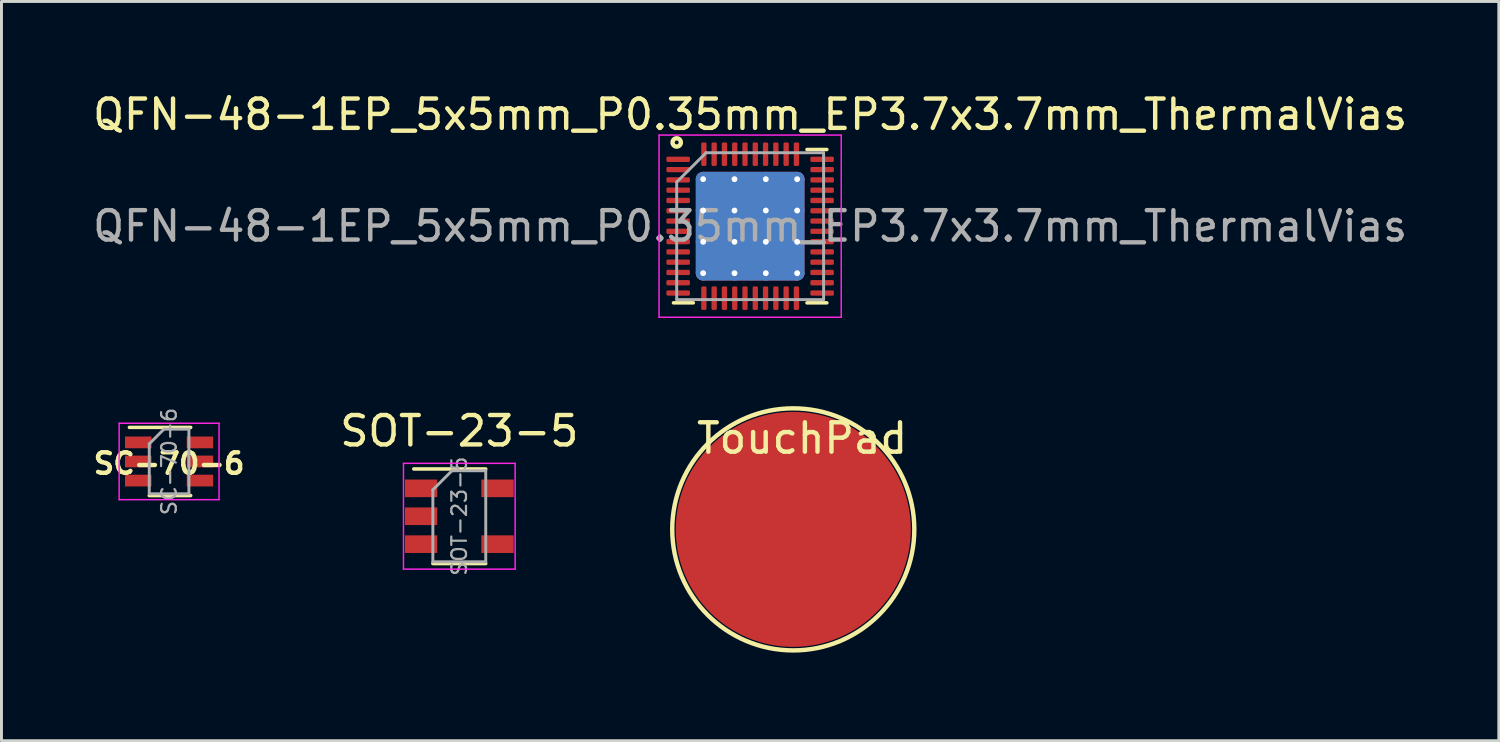
<source format=kicad_pcb>
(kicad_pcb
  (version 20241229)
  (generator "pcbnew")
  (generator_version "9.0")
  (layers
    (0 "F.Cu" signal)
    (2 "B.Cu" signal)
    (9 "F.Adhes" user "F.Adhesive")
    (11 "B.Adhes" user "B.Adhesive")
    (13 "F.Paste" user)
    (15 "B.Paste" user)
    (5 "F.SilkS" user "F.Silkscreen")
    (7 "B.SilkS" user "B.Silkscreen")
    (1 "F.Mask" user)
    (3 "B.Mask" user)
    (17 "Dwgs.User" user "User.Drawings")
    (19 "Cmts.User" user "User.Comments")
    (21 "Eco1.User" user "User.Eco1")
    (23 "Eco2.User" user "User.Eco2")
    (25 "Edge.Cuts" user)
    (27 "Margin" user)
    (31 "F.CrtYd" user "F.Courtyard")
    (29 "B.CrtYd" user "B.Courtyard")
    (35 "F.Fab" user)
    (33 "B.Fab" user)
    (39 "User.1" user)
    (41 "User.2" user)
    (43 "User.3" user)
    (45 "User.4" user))
  (footprint "SC-70-6"
    (layer "F.Cu")
    (at 2.705 12.657)
    (property "Reference" "SC-70-6" (at 0 0.07 0) (layer "F.SilkS") (effects (font (size 0.7 0.7) (thickness 0.15))))
    (attr smd)
    (fp_line (start -0.675 1.16) (end 0.735 1.16) (stroke (width 0.12) (type solid)) (layer "F.SilkS"))
    (fp_line (start 0.735 -1.16) (end -1.35 -1.16) (stroke (width 0.12) (type solid)) (layer "F.SilkS"))
    (fp_line (start -1.7 -1.3) (end 1.7 -1.3) (stroke (width 0.05) (type solid)) (layer "F.CrtYd"))
    (fp_line (start -1.7 1.3) (end -1.7 -1.3) (stroke (width 0.05) (type solid)) (layer "F.CrtYd"))
    (fp_line (start 1.7 -1.3) (end 1.7 1.3) (stroke (width 0.05) (type solid)) (layer "F.CrtYd"))
    (fp_line (start 1.7 1.3) (end -1.7 1.3) (stroke (width 0.05) (type solid)) (layer "F.CrtYd"))
    (fp_line (start -0.675 -0.6) (end -0.675 1.1) (stroke (width 0.1) (type solid)) (layer "F.Fab"))
    (fp_line (start -0.175 -1.1) (end -0.675 -0.6) (stroke (width 0.1) (type solid)) (layer "F.Fab"))
    (fp_line (start 0.675 -1.1) (end -0.175 -1.1) (stroke (width 0.1) (type solid)) (layer "F.Fab"))
    (fp_line (start 0.675 -1.1) (end 0.675 1.1) (stroke (width 0.1) (type solid)) (layer "F.Fab"))
    (fp_line (start 0.675 1.1) (end -0.675 1.1) (stroke (width 0.1) (type solid)) (layer "F.Fab"))
    (fp_text user "${REFERENCE}" (at 0 0 90) (layer "F.Fab") (effects (font (size 0.5 0.5) (thickness 0.075))))
    (pad "1" smd rect (at -1.05 -0.65 270) (size 0.4 0.9) (layers "F.Cu" "F.Mask" "F.Paste"))
    (pad "2" smd rect (at -1.05 0 270) (size 0.4 0.9) (layers "F.Cu" "F.Mask" "F.Paste"))
    (pad "3" smd rect (at -1.05 0.65 270) (size 0.4 0.9) (layers "F.Cu" "F.Mask" "F.Paste"))
    (pad "4" smd rect (at 1.05 0.65 270) (size 0.4 0.9) (layers "F.Cu" "F.Mask" "F.Paste"))
    (pad "5" smd rect (at 1.05 0 270) (size 0.4 0.9) (layers "F.Cu" "F.Mask" "F.Paste"))
    (pad "6" smd rect (at 1.05 -0.65 270) (size 0.4 0.9) (layers "F.Cu" "F.Mask" "F.Paste")))
  (footprint "TouchPad"
    (layer "F.Cu")
    (at 23.95 14.968)
    (property "Reference" "TouchPad" (at 0.3 -3.1 0) (layer "F.SilkS") (effects (font (size 1 1) (thickness 0.15))))
    (attr through_hole)
    (fp_circle (center 0 0) (end -0.4 -4.1) (stroke (width 0.15) (type solid)) (fill no) (layer "F.SilkS"))
    (pad "1" smd oval (at 0 0) (size 8 8) (layers "F.Cu")))
  (footprint "SOT-23-5"
    (layer "F.Cu")
    (at 12.583 14.521)
    (property "Reference" "SOT-23-5" (at 0 -2.9 0) (layer "F.SilkS") (effects (font (size 1 1) (thickness 0.15))))
    (attr smd)
    (fp_line (start -0.9 1.61) (end 0.9 1.61) (stroke (width 0.12) (type solid)) (layer "F.SilkS"))
    (fp_line (start 0.9 -1.61) (end -1.55 -1.61) (stroke (width 0.12) (type solid)) (layer "F.SilkS"))
    (fp_line (start -1.9 -1.8) (end 1.9 -1.8) (stroke (width 0.05) (type solid)) (layer "F.CrtYd"))
    (fp_line (start -1.9 1.8) (end -1.9 -1.8) (stroke (width 0.05) (type solid)) (layer "F.CrtYd"))
    (fp_line (start 1.9 -1.8) (end 1.9 1.8) (stroke (width 0.05) (type solid)) (layer "F.CrtYd"))
    (fp_line (start 1.9 1.8) (end -1.9 1.8) (stroke (width 0.05) (type solid)) (layer "F.CrtYd"))
    (fp_line (start -0.9 -0.9) (end -0.9 1.55) (stroke (width 0.1) (type solid)) (layer "F.Fab"))
    (fp_line (start -0.9 -0.9) (end -0.25 -1.55) (stroke (width 0.1) (type solid)) (layer "F.Fab"))
    (fp_line (start 0.9 -1.55) (end -0.25 -1.55) (stroke (width 0.1) (type solid)) (layer "F.Fab"))
    (fp_line (start 0.9 -1.55) (end 0.9 1.55) (stroke (width 0.1) (type solid)) (layer "F.Fab"))
    (fp_line (start 0.9 1.55) (end -0.9 1.55) (stroke (width 0.1) (type solid)) (layer "F.Fab"))
    (fp_text user "${REFERENCE}" (at 0 0 90) (layer "F.Fab") (effects (font (size 0.5 0.5) (thickness 0.075))))
    (pad "1" smd rect (at -1.3 -0.95) (size 1.1 0.6) (layers "F.Cu" "F.Mask" "F.Paste"))
    (pad "2" smd rect (at -1.3 0) (size 1.1 0.6) (layers "F.Cu" "F.Mask" "F.Paste"))
    (pad "3" smd rect (at -1.3 0.95) (size 1.1 0.6) (layers "F.Cu" "F.Mask" "F.Paste"))
    (pad "4" smd rect (at 1.3 0.95) (size 1.1 0.6) (layers "F.Cu" "F.Mask" "F.Paste"))
    (pad "5" smd rect (at 1.3 -0.95) (size 1.1 0.6) (layers "F.Cu" "F.Mask" "F.Paste")))
  (footprint "QFN-48-1EP_5x5mm_P0.35mm_EP3.7x3.7mm_ThermalVias"
    (layer "F.Cu")
    (at 22.482 4.648)
    (property "Reference" "QFN-48-1EP_5x5mm_P0.35mm_EP3.7x3.7mm_ThermalVias" (at 0 -3.8 0) (layer "F.SilkS") (effects (font (size 1 1) (thickness 0.15))))
    (attr smd)
    (fp_line (start -1.935 2.61) (end -2.61 2.61) (stroke (width 0.12) (type solid)) (layer "F.SilkS"))
    (fp_line (start 1.935 -2.61) (end 2.61 -2.61) (stroke (width 0.12) (type solid)) (layer "F.SilkS"))
    (fp_line (start 1.935 2.61) (end 2.61 2.61) (stroke (width 0.12) (type solid)) (layer "F.SilkS"))
    (fp_circle (center -2.5 -2.85) (end -2.4 -2.75) (stroke (width 0.15) (type solid)) (fill no) (layer "F.SilkS"))
    (fp_line (start -3.1 -3.1) (end -3.1 3.1) (stroke (width 0.05) (type solid)) (layer "F.CrtYd"))
    (fp_line (start -3.1 3.1) (end 3.1 3.1) (stroke (width 0.05) (type solid)) (layer "F.CrtYd"))
    (fp_line (start 3.1 -3.1) (end -3.1 -3.1) (stroke (width 0.05) (type solid)) (layer "F.CrtYd"))
    (fp_line (start 3.1 3.1) (end 3.1 -3.1) (stroke (width 0.05) (type solid)) (layer "F.CrtYd"))
    (fp_line (start -2.5 -1.5) (end -1.5 -2.5) (stroke (width 0.1) (type solid)) (layer "F.Fab"))
    (fp_line (start -2.5 2.5) (end -2.5 -1.5) (stroke (width 0.1) (type solid)) (layer "F.Fab"))
    (fp_line (start -1.5 -2.5) (end 2.5 -2.5) (stroke (width 0.1) (type solid)) (layer "F.Fab"))
    (fp_line (start 2.5 -2.5) (end 2.5 2.5) (stroke (width 0.1) (type solid)) (layer "F.Fab"))
    (fp_line (start 2.5 2.5) (end -2.5 2.5) (stroke (width 0.1) (type solid)) (layer "F.Fab"))
    (fp_text user "${REFERENCE}" (at 0 0 0) (layer "F.Fab") (effects (font (size 1 1) (thickness 0.15))))
    (pad "" smd custom (at -1.067 -1.067) (size 0.834 0.834) (layers "F.Paste") (options (anchor circle)) (primitives (gr_poly (pts (xy -0.478 -0.306) (xy -0.306 -0.478) (xy 0.306 -0.478) (xy 0.478 -0.306) (xy 0.478 0.306) (xy 0.306 0.478) (xy -0.306 0.478) (xy -0.478 0.306)) (width 0) (fill yes))))
    (pad "" smd custom (at -1.067 0) (size 0.834 0.834) (layers "F.Paste") (options (anchor circle)) (primitives (gr_poly (pts (xy -0.478 -0.306) (xy -0.306 -0.478) (xy 0.306 -0.478) (xy 0.478 -0.306) (xy 0.478 0.306) (xy 0.306 0.478) (xy -0.306 0.478) (xy -0.478 0.306)) (width 0) (fill yes))))
    (pad "" smd custom (at -1.067 1.067) (size 0.834 0.834) (layers "F.Paste") (options (anchor circle)) (primitives (gr_poly (pts (xy -0.478 -0.306) (xy -0.306 -0.478) (xy 0.306 -0.478) (xy 0.478 -0.306) (xy 0.478 0.306) (xy 0.306 0.478) (xy -0.306 0.478) (xy -0.478 0.306)) (width 0) (fill yes))))
    (pad "" smd custom (at 0 -1.067) (size 0.834 0.834) (layers "F.Paste") (options (anchor circle)) (primitives (gr_poly (pts (xy -0.478 -0.306) (xy -0.306 -0.478) (xy 0.306 -0.478) (xy 0.478 -0.306) (xy 0.478 0.306) (xy 0.306 0.478) (xy -0.306 0.478) (xy -0.478 0.306)) (width 0) (fill yes))))
    (pad "" smd custom (at 0 0) (size 0.834 0.834) (layers "F.Paste") (options (anchor circle)) (primitives (gr_poly (pts (xy -0.478 -0.306) (xy -0.306 -0.478) (xy 0.306 -0.478) (xy 0.478 -0.306) (xy 0.478 0.306) (xy 0.306 0.478) (xy -0.306 0.478) (xy -0.478 0.306)) (width 0) (fill yes))))
    (pad "" smd custom (at 0 1.067) (size 0.834 0.834) (layers "F.Paste") (options (anchor circle)) (primitives (gr_poly (pts (xy -0.478 -0.306) (xy -0.306 -0.478) (xy 0.306 -0.478) (xy 0.478 -0.306) (xy 0.478 0.306) (xy 0.306 0.478) (xy -0.306 0.478) (xy -0.478 0.306)) (width 0) (fill yes))))
    (pad "" smd custom (at 1.067 -1.067) (size 0.834 0.834) (layers "F.Paste") (options (anchor circle)) (primitives (gr_poly (pts (xy -0.478 -0.306) (xy -0.306 -0.478) (xy 0.306 -0.478) (xy 0.478 -0.306) (xy 0.478 0.306) (xy 0.306 0.478) (xy -0.306 0.478) (xy -0.478 0.306)) (width 0) (fill yes))))
    (pad "" smd custom (at 1.067 0) (size 0.834 0.834) (layers "F.Paste") (options (anchor circle)) (primitives (gr_poly (pts (xy -0.478 -0.306) (xy -0.306 -0.478) (xy 0.306 -0.478) (xy 0.478 -0.306) (xy 0.478 0.306) (xy 0.306 0.478) (xy -0.306 0.478) (xy -0.478 0.306)) (width 0) (fill yes))))
    (pad "" smd custom (at 1.067 1.067) (size 0.834 0.834) (layers "F.Paste") (options (anchor circle)) (primitives (gr_poly (pts (xy -0.478 -0.306) (xy -0.306 -0.478) (xy 0.306 -0.478) (xy 0.478 -0.306) (xy 0.478 0.306) (xy 0.306 0.478) (xy -0.306 0.478) (xy -0.478 0.306)) (width 0) (fill yes))))
    (pad "1" smd roundrect (at -2.45 -2.275) (size 0.8 0.18) (layers "F.Cu" "F.Mask" "F.Paste") (roundrect_rratio 0.25))
    (pad "2" smd roundrect (at -2.45 -1.925) (size 0.8 0.18) (layers "F.Cu" "F.Mask" "F.Paste") (roundrect_rratio 0.25))
    (pad "3" smd roundrect (at -2.45 -1.575) (size 0.8 0.18) (layers "F.Cu" "F.Mask" "F.Paste") (roundrect_rratio 0.25))
    (pad "4" smd roundrect (at -2.45 -1.225) (size 0.8 0.18) (layers "F.Cu" "F.Mask" "F.Paste") (roundrect_rratio 0.25))
    (pad "5" smd roundrect (at -2.45 -0.875) (size 0.8 0.18) (layers "F.Cu" "F.Mask" "F.Paste") (roundrect_rratio 0.25))
    (pad "6" smd roundrect (at -2.45 -0.525) (size 0.8 0.18) (layers "F.Cu" "F.Mask" "F.Paste") (roundrect_rratio 0.25))
    (pad "7" smd roundrect (at -2.45 -0.175) (size 0.8 0.18) (layers "F.Cu" "F.Mask" "F.Paste") (roundrect_rratio 0.25))
    (pad "8" smd roundrect (at -2.45 0.175) (size 0.8 0.18) (layers "F.Cu" "F.Mask" "F.Paste") (roundrect_rratio 0.25))
    (pad "9" smd roundrect (at -2.45 0.525) (size 0.8 0.18) (layers "F.Cu" "F.Mask" "F.Paste") (roundrect_rratio 0.25))
    (pad "10" smd roundrect (at -2.45 0.875) (size 0.8 0.18) (layers "F.Cu" "F.Mask" "F.Paste") (roundrect_rratio 0.25))
    (pad "11" smd roundrect (at -2.45 1.225) (size 0.8 0.18) (layers "F.Cu" "F.Mask" "F.Paste") (roundrect_rratio 0.25))
    (pad "12" smd roundrect (at -2.45 1.575) (size 0.8 0.18) (layers "F.Cu" "F.Mask" "F.Paste") (roundrect_rratio 0.25))
    (pad "13" smd roundrect (at -2.45 1.925) (size 0.8 0.18) (layers "F.Cu" "F.Mask" "F.Paste") (roundrect_rratio 0.25))
    (pad "14" smd roundrect (at -2.45 2.275) (size 0.8 0.18) (layers "F.Cu" "F.Mask" "F.Paste") (roundrect_rratio 0.25))
    (pad "15" smd roundrect (at -1.575 2.45) (size 0.18 0.8) (layers "F.Cu" "F.Mask" "F.Paste") (roundrect_rratio 0.25))
    (pad "16" smd roundrect (at -1.225 2.45) (size 0.18 0.8) (layers "F.Cu" "F.Mask" "F.Paste") (roundrect_rratio 0.25))
    (pad "17" smd roundrect (at -0.875 2.45) (size 0.18 0.8) (layers "F.Cu" "F.Mask" "F.Paste") (roundrect_rratio 0.25))
    (pad "18" smd roundrect (at -0.525 2.45) (size 0.18 0.8) (layers "F.Cu" "F.Mask" "F.Paste") (roundrect_rratio 0.25))
    (pad "19" smd roundrect (at -0.175 2.45) (size 0.18 0.8) (layers "F.Cu" "F.Mask" "F.Paste") (roundrect_rratio 0.25))
    (pad "20" smd roundrect (at 0.175 2.45) (size 0.18 0.8) (layers "F.Cu" "F.Mask" "F.Paste") (roundrect_rratio 0.25))
    (pad "21" smd roundrect (at 0.525 2.45) (size 0.18 0.8) (layers "F.Cu" "F.Mask" "F.Paste") (roundrect_rratio 0.25))
    (pad "22" smd roundrect (at 0.875 2.45) (size 0.18 0.8) (layers "F.Cu" "F.Mask" "F.Paste") (roundrect_rratio 0.25))
    (pad "23" smd roundrect (at 1.225 2.45) (size 0.18 0.8) (layers "F.Cu" "F.Mask" "F.Paste") (roundrect_rratio 0.25))
    (pad "24" smd roundrect (at 1.575 2.45) (size 0.18 0.8) (layers "F.Cu" "F.Mask" "F.Paste") (roundrect_rratio 0.25))
    (pad "25" smd roundrect (at 2.45 2.275) (size 0.8 0.18) (layers "F.Cu" "F.Mask" "F.Paste") (roundrect_rratio 0.25))
    (pad "26" smd roundrect (at 2.45 1.925) (size 0.8 0.18) (layers "F.Cu" "F.Mask" "F.Paste") (roundrect_rratio 0.25))
    (pad "27" smd roundrect (at 2.45 1.575) (size 0.8 0.18) (layers "F.Cu" "F.Mask" "F.Paste") (roundrect_rratio 0.25))
    (pad "28" smd roundrect (at 2.45 1.225) (size 0.8 0.18) (layers "F.Cu" "F.Mask" "F.Paste") (roundrect_rratio 0.25))
    (pad "29" smd roundrect (at 2.45 0.875) (size 0.8 0.18) (layers "F.Cu" "F.Mask" "F.Paste") (roundrect_rratio 0.25))
    (pad "30" smd roundrect (at 2.45 0.525) (size 0.8 0.18) (layers "F.Cu" "F.Mask" "F.Paste") (roundrect_rratio 0.25))
    (pad "31" smd roundrect (at 2.45 0.175) (size 0.8 0.18) (layers "F.Cu" "F.Mask" "F.Paste") (roundrect_rratio 0.25))
    (pad "32" smd roundrect (at 2.45 -0.175) (size 0.8 0.18) (layers "F.Cu" "F.Mask" "F.Paste") (roundrect_rratio 0.25))
    (pad "33" smd roundrect (at 2.45 -0.525) (size 0.8 0.18) (layers "F.Cu" "F.Mask" "F.Paste") (roundrect_rratio 0.25))
    (pad "34" smd roundrect (at 2.45 -0.875) (size 0.8 0.18) (layers "F.Cu" "F.Mask" "F.Paste") (roundrect_rratio 0.25))
    (pad "35" smd roundrect (at 2.45 -1.225) (size 0.8 0.18) (layers "F.Cu" "F.Mask" "F.Paste") (roundrect_rratio 0.25))
    (pad "36" smd roundrect (at 2.45 -1.575) (size 0.8 0.18) (layers "F.Cu" "F.Mask" "F.Paste") (roundrect_rratio 0.25))
    (pad "37" smd roundrect (at 2.45 -1.925) (size 0.8 0.18) (layers "F.Cu" "F.Mask" "F.Paste") (roundrect_rratio 0.25))
    (pad "38" smd roundrect (at 2.45 -2.275) (size 0.8 0.18) (layers "F.Cu" "F.Mask" "F.Paste") (roundrect_rratio 0.25))
    (pad "39" smd roundrect (at 1.575 -2.45) (size 0.18 0.8) (layers "F.Cu" "F.Mask" "F.Paste") (roundrect_rratio 0.25))
    (pad "40" smd roundrect (at 1.225 -2.45) (size 0.18 0.8) (layers "F.Cu" "F.Mask" "F.Paste") (roundrect_rratio 0.25))
    (pad "41" smd roundrect (at 0.875 -2.45) (size 0.18 0.8) (layers "F.Cu" "F.Mask" "F.Paste") (roundrect_rratio 0.25))
    (pad "42" smd roundrect (at 0.525 -2.45) (size 0.18 0.8) (layers "F.Cu" "F.Mask" "F.Paste") (roundrect_rratio 0.25))
    (pad "43" smd roundrect (at 0.175 -2.45) (size 0.18 0.8) (layers "F.Cu" "F.Mask" "F.Paste") (roundrect_rratio 0.25))
    (pad "44" smd roundrect (at -0.175 -2.45) (size 0.18 0.8) (layers "F.Cu" "F.Mask" "F.Paste") (roundrect_rratio 0.25))
    (pad "45" smd roundrect (at -0.525 -2.45) (size 0.18 0.8) (layers "F.Cu" "F.Mask" "F.Paste") (roundrect_rratio 0.25))
    (pad "46" smd roundrect (at -0.875 -2.45) (size 0.18 0.8) (layers "F.Cu" "F.Mask" "F.Paste") (roundrect_rratio 0.25))
    (pad "47" smd roundrect (at -1.225 -2.45) (size 0.18 0.8) (layers "F.Cu" "F.Mask" "F.Paste") (roundrect_rratio 0.25))
    (pad "48" smd roundrect (at -1.575 -2.45) (size 0.18 0.8) (layers "F.Cu" "F.Mask" "F.Paste") (roundrect_rratio 0.25))
    (pad "49" thru_hole circle (at -1.6 -1.6) (size 0.5 0.5) (drill 0.2) (layers "*.Cu"))
    (pad "49" thru_hole circle (at -1.6 -0.533) (size 0.5 0.5) (drill 0.2) (layers "*.Cu"))
    (pad "49" thru_hole circle (at -1.6 0.533) (size 0.5 0.5) (drill 0.2) (layers "*.Cu"))
    (pad "49" thru_hole circle (at -1.6 1.6) (size 0.5 0.5) (drill 0.2) (layers "*.Cu"))
    (pad "49" thru_hole circle (at -0.533 -1.6) (size 0.5 0.5) (drill 0.2) (layers "*.Cu"))
    (pad "49" thru_hole circle (at -0.533 -0.533) (size 0.5 0.5) (drill 0.2) (layers "*.Cu"))
    (pad "49" thru_hole circle (at -0.533 0.533) (size 0.5 0.5) (drill 0.2) (layers "*.Cu"))
    (pad "49" thru_hole circle (at -0.533 1.6) (size 0.5 0.5) (drill 0.2) (layers "*.Cu"))
    (pad "49" smd roundrect (at 0 0) (size 3.7 3.7) (layers "F.Cu" "F.Mask") (roundrect_rratio 0.068))
    (pad "49" smd roundrect (at 0 0) (size 3.7 3.7) (layers "B.Cu") (roundrect_rratio 0.068))
    (pad "49" thru_hole circle (at 0.533 -1.6) (size 0.5 0.5) (drill 0.2) (layers "*.Cu"))
    (pad "49" thru_hole circle (at 0.533 -0.533) (size 0.5 0.5) (drill 0.2) (layers "*.Cu"))
    (pad "49" thru_hole circle (at 0.533 0.533) (size 0.5 0.5) (drill 0.2) (layers "*.Cu"))
    (pad "49" thru_hole circle (at 0.533 1.6) (size 0.5 0.5) (drill 0.2) (layers "*.Cu"))
    (pad "49" thru_hole circle (at 1.6 -1.6) (size 0.5 0.5) (drill 0.2) (layers "*.Cu"))
    (pad "49" thru_hole circle (at 1.6 -0.533) (size 0.5 0.5) (drill 0.2) (layers "*.Cu"))
    (pad "49" thru_hole circle (at 1.6 0.533) (size 0.5 0.5) (drill 0.2) (layers "*.Cu"))
    (pad "49" thru_hole circle (at 1.6 1.6) (size 0.5 0.5) (drill 0.2) (layers "*.Cu")))
  (gr_rect
    (start -3 -3)
    (end 47.964 22.162)
    (stroke (width 0.1) (type default))
    (fill no)
    (layer "Edge.Cuts")))
</source>
